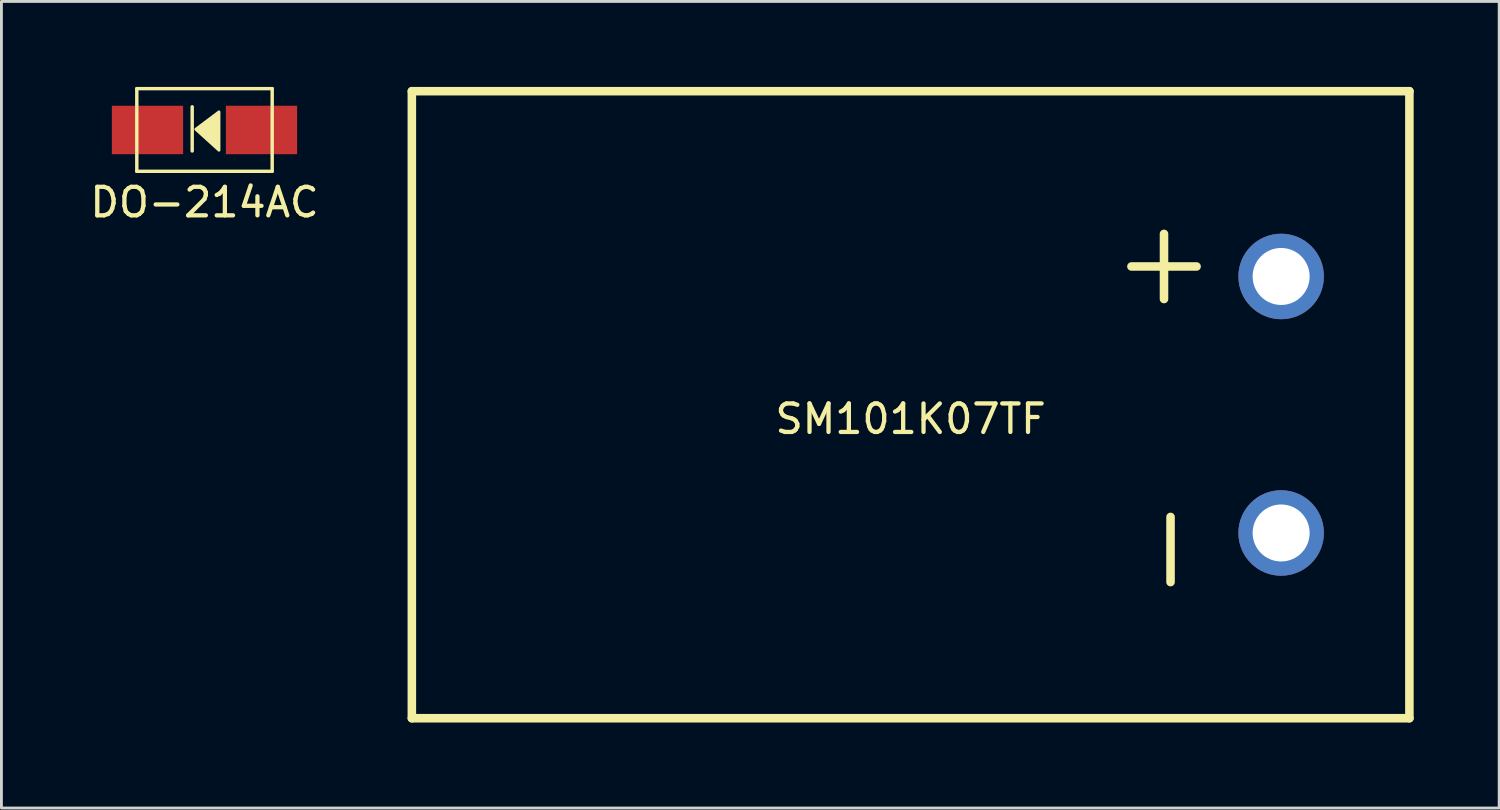
<source format=kicad_pcb>
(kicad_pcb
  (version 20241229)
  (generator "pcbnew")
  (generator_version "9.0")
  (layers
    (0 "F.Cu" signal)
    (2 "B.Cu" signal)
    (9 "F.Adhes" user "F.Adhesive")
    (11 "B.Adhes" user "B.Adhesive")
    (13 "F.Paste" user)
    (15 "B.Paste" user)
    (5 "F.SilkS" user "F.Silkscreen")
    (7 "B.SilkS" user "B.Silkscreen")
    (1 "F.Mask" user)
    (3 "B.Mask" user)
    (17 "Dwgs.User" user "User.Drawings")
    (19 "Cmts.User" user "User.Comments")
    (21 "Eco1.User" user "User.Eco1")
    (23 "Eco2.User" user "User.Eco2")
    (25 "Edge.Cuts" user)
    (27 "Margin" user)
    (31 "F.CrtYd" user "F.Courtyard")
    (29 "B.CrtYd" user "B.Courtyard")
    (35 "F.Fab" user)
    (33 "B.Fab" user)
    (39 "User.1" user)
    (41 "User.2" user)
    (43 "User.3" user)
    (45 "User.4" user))
  (footprint "SM101K07TF"
    (layer "F.Cu")
    (at 28.9 11.15)
    (property "Reference" "SM101K07TF" (at 0 0.5 0) (layer "F.SilkS") (effects (font (size 1 1) (thickness 0.15))))
    (attr through_hole)
    (fp_line (start -17.5 -11) (end 17.5 -11) (stroke (width 0.3) (type solid)) (layer "F.SilkS"))
    (fp_line (start -17.5 11) (end -17.5 -11) (stroke (width 0.3) (type solid)) (layer "F.SilkS"))
    (fp_line (start 17.5 -11) (end 17.5 11) (stroke (width 0.3) (type solid)) (layer "F.SilkS"))
    (fp_line (start 17.5 11) (end -17.5 11) (stroke (width 0.3) (type solid)) (layer "F.SilkS"))
    (fp_text user "-" (at 8.89 5.08 90) (layer "F.SilkS") (effects (font (size 3 3) (thickness 0.3))))
    (fp_text user "+" (at 8.89 -5.08 0) (layer "F.SilkS") (effects (font (size 3 3) (thickness 0.3))))
    (pad "1" thru_hole circle (at 13 -4.5) (size 3 3) (drill 2) (layers "*.Cu" "*.Mask"))
    (pad "2" thru_hole circle (at 13 4.5) (size 3 3) (drill 2) (layers "*.Cu" "*.Mask")))
  (footprint "DO-214AC"
    (layer "F.Cu")
    (at 4.125 1.51)
    (property "Reference" "DO-214AC" (at 0 2.54 0) (layer "F.SilkS") (effects (font (size 1 1) (thickness 0.15))))
    (attr smd)
    (fp_line (start -2.375 -1.45) (end 2.375 -1.45) (stroke (width 0.12) (type solid)) (layer "F.SilkS"))
    (fp_line (start -2.375 1.45) (end -2.375 -1.45) (stroke (width 0.12) (type solid)) (layer "F.SilkS"))
    (fp_line (start -2.375 1.45) (end 2.375 1.45) (stroke (width 0.12) (type solid)) (layer "F.SilkS"))
    (fp_line (start -0.432 -0.813) (end -0.432 0.737) (stroke (width 0.12) (type solid)) (layer "F.SilkS"))
    (fp_line (start 2.375 1.45) (end 2.375 -1.45) (stroke (width 0.12) (type solid)) (layer "F.SilkS"))
    (fp_poly (pts (xy 0.508 0.711) (xy -0.305 -0.025) (xy 0.508 -0.635)) (stroke (width 0.1) (type solid)) (fill yes) (layer "F.SilkS"))
    (pad "1" smd rect (at -2 0) (size 2.5 1.7) (layers "F.Cu" "F.Mask" "F.Paste"))
    (pad "2" smd rect (at 2 0) (size 2.5 1.7) (layers "F.Cu" "F.Mask" "F.Paste")))
  (gr_rect
    (start -3 -3)
    (end 49.55 25.3)
    (stroke (width 0.1) (type default))
    (fill no)
    (layer "Edge.Cuts")))
</source>
